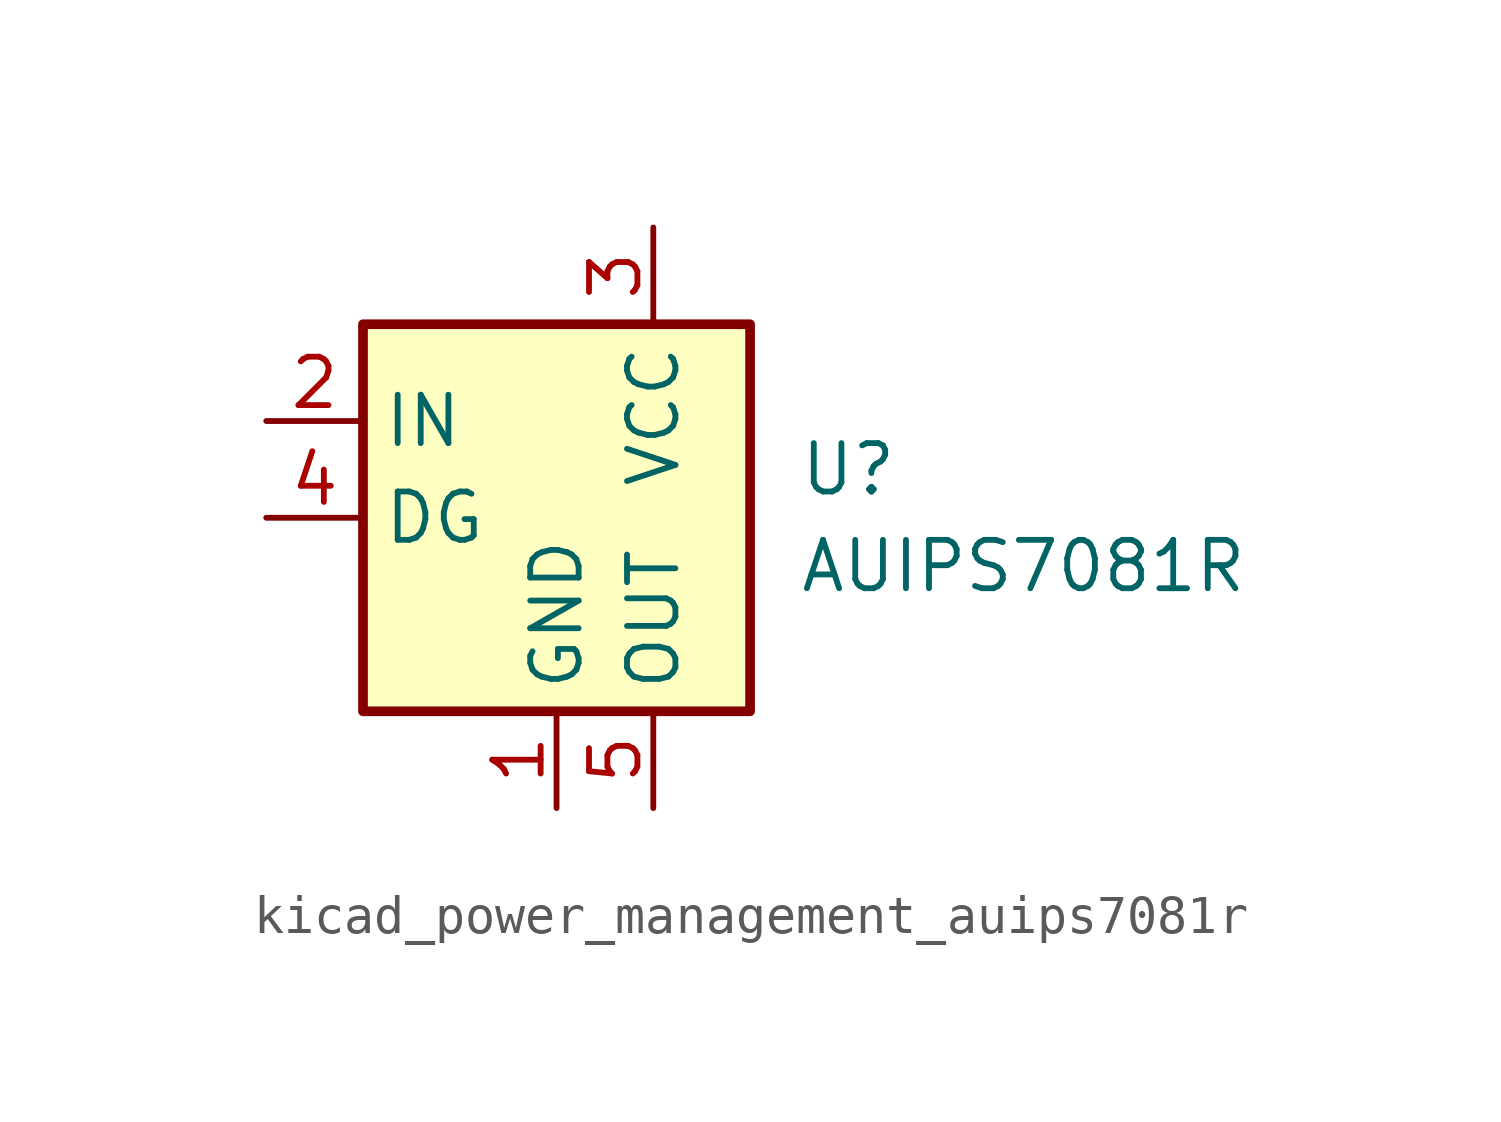
<source format=kicad_sym>
(kicad_symbol_lib
  (version 20220914)
  (generator kicad_symbol_editor)
  (symbol "kicad_power_management_auips7081r"
    (property "Reference" "U"
      (at 3.81 1.27 0)
      (effects (font (size 1.27 1.27)) (justify left)))
    (property "Value" "AUIPS7081R"
      (at 3.81 -1.27 0)
      (effects (font (size 1.27 1.27)) (justify left)))
    (symbol "kicad_power_management_auips7081r_0_1"
      (rectangle (start -7.62 5.08) (end 2.54 -5.08) (stroke (width 0.254) (type default)) (fill (type background))))
    (symbol "kicad_power_management_auips7081r_1_1"
      (pin power_in line (at -2.54 -7.62 90) (length 2.54) (name "GND" (effects (font (size 1.27 1.27)))) (number "1" (effects (font (size 1.27 1.27)))))
      (pin input line (at -10.16 2.54 0) (length 2.54) (name "IN" (effects (font (size 1.27 1.27)))) (number "2" (effects (font (size 1.27 1.27)))))
      (pin power_in line (at 0 7.62 270) (length 2.54) (name "VCC" (effects (font (size 1.27 1.27)))) (number "3" (effects (font (size 1.27 1.27)))))
      (pin open_collector line (at -10.16 0 0) (length 2.54) (name "DG" (effects (font (size 1.27 1.27)))) (number "4" (effects (font (size 1.27 1.27)))))
      (pin power_out line (at 0 -7.62 90) (length 2.54) (name "OUT" (effects (font (size 1.27 1.27)))) (number "5" (effects (font (size 1.27 1.27))))))))
</source>
